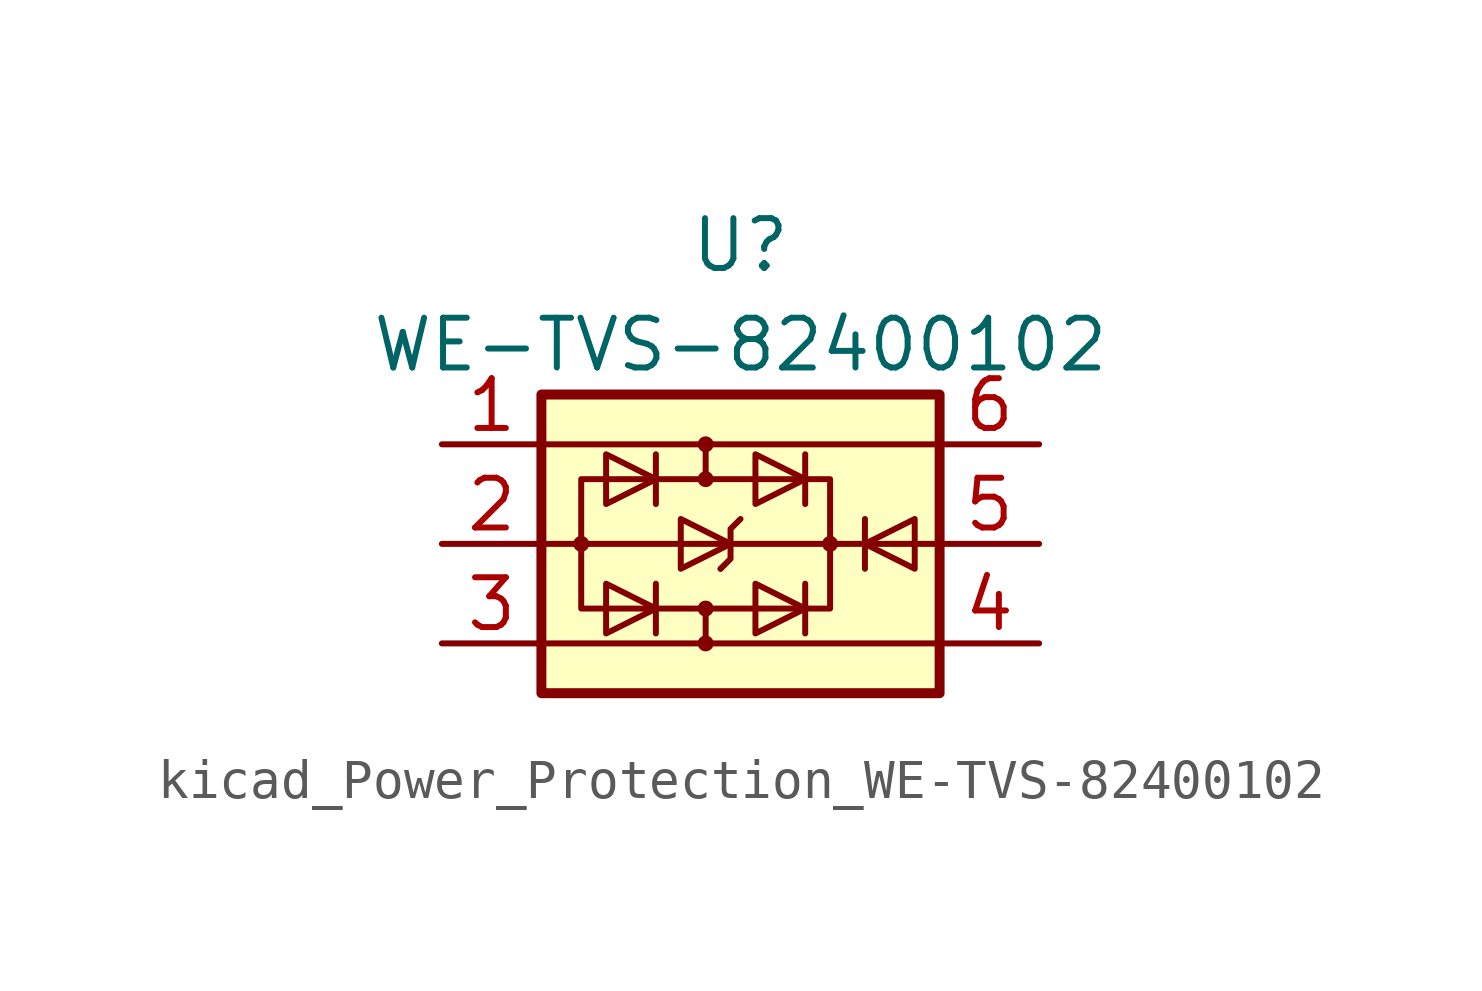
<source format=kicad_sym>
(kicad_symbol_lib
  (version 20220914)
  (generator kicad_symbol_editor)
  (symbol "kicad_Power_Protection_WE-TVS-82400102"
    (property "Reference" "U"
      (at 0 7.62 0)
      (effects (font (size 1.27 1.27))))
    (property "Value" "WE-TVS-82400102"
      (at 0 5.08 0)
      (effects (font (size 1.27 1.27))))
    (symbol "kicad_Power_Protection_WE-TVS-82400102_0_1"
      (circle (center -4.064 0) (radius 0.127) (stroke (width 0) (type default)) (fill (type none)))
      (rectangle (start -4.064 1.651) (end 2.286 -1.651) (stroke (width 0) (type default)) (fill (type none)))
      (circle (center -0.889 -2.54) (radius 0.127) (stroke (width 0) (type default)) (fill (type none)))
      (circle (center -0.889 -1.651) (radius 0.127) (stroke (width 0) (type default)) (fill (type none)))
      (circle (center -0.889 1.651) (radius 0.127) (stroke (width 0) (type default)) (fill (type none)))
      (circle (center -0.889 2.54) (radius 0.127) (stroke (width 0) (type default)) (fill (type none)))
      (polyline (pts (xy -5.08 -2.54) (xy 5.08 -2.54)) (stroke (width 0) (type default)) (fill (type none)))
      (polyline (pts (xy -5.08 2.54) (xy 5.08 2.54)) (stroke (width 0) (type default)) (fill (type none)))
      (polyline (pts (xy -4.064 0) (xy -5.08 0)) (stroke (width 0) (type default)) (fill (type none)))
      (polyline (pts (xy -4.064 0) (xy 2.286 0)) (stroke (width 0) (type default)) (fill (type outline)))
      (polyline (pts (xy -2.159 -1.016) (xy -2.159 -2.286)) (stroke (width 0) (type default)) (fill (type none)))
      (polyline (pts (xy -2.159 2.286) (xy -2.159 1.016)) (stroke (width 0) (type default)) (fill (type none)))
      (polyline (pts (xy -0.889 -1.651) (xy -0.889 -2.413)) (stroke (width 0) (type default)) (fill (type none)))
      (polyline (pts (xy -0.889 1.651) (xy -0.889 2.54)) (stroke (width 0) (type default)) (fill (type none)))
      (polyline (pts (xy -0.508 -0.635) (xy -0.508 -0.635)) (stroke (width 0) (type default)) (fill (type none)))
      (polyline (pts (xy 1.651 -1.016) (xy 1.651 -2.286)) (stroke (width 0) (type default)) (fill (type none)))
      (polyline (pts (xy 1.651 2.286) (xy 1.651 1.016)) (stroke (width 0) (type default)) (fill (type none)))
      (polyline (pts (xy 2.286 0) (xy 5.08 0)) (stroke (width 0) (type default)) (fill (type none)))
      (polyline (pts (xy -3.429 -1.016) (xy -3.429 -2.286) (xy -2.159 -1.651) (xy -3.429 -1.016)) (stroke (width 0) (type default)) (fill (type none)))
      (polyline (pts (xy -3.429 1.016) (xy -3.429 2.286) (xy -2.159 1.651) (xy -3.429 1.016)) (stroke (width 0) (type default)) (fill (type none)))
      (polyline (pts (xy 0 0.635) (xy -0.254 0.381) (xy -0.254 -0.381) (xy -0.508 -0.635)) (stroke (width 0) (type default)) (fill (type none)))
      (polyline (pts (xy 0.381 -1.016) (xy 0.381 -2.286) (xy 1.651 -1.651) (xy 0.381 -1.016)) (stroke (width 0) (type default)) (fill (type none)))
      (polyline (pts (xy 0.381 1.016) (xy 0.381 2.286) (xy 1.651 1.651) (xy 0.381 1.016)) (stroke (width 0) (type default)) (fill (type none)))
      (circle (center 2.286 0) (radius 0.127) (stroke (width 0) (type default)) (fill (type none))))
    (symbol "kicad_Power_Protection_WE-TVS-82400102_1_1"
      (rectangle (start -5.08 3.81) (end 5.08 -3.81) (stroke (width 0.254) (type default)) (fill (type background)))
      (polyline (pts (xy 3.175 0.635) (xy 3.175 -0.635)) (stroke (width 0) (type default)) (fill (type none)))
      (polyline (pts (xy -1.524 0.635) (xy -1.524 -0.635) (xy -0.254 0) (xy -1.524 0.635)) (stroke (width 0) (type default)) (fill (type none)))
      (polyline (pts (xy 4.445 0.635) (xy 4.445 -0.635) (xy 3.175 0) (xy 4.445 0.635)) (stroke (width 0) (type default)) (fill (type none)))
      (pin passive line (at -7.62 2.54 0) (length 2.54) (name "~" (effects (font (size 1.27 1.27)))) (number "1" (effects (font (size 1.27 1.27)))))
      (pin passive line (at -7.62 0 0) (length 2.54) (name "~" (effects (font (size 1.27 1.27)))) (number "2" (effects (font (size 1.27 1.27)))))
      (pin passive line (at -7.62 -2.54 0) (length 2.54) (name "~" (effects (font (size 1.27 1.27)))) (number "3" (effects (font (size 1.27 1.27)))))
      (pin passive line (at 7.62 -2.54 180) (length 2.54) (name "~" (effects (font (size 1.27 1.27)))) (number "4" (effects (font (size 1.27 1.27)))))
      (pin passive line (at 7.62 0 180) (length 2.54) (name "~" (effects (font (size 1.27 1.27)))) (number "5" (effects (font (size 1.27 1.27)))))
      (pin passive line (at 7.62 2.54 180) (length 2.54) (name "~" (effects (font (size 1.27 1.27)))) (number "6" (effects (font (size 1.27 1.27))))))))
</source>
